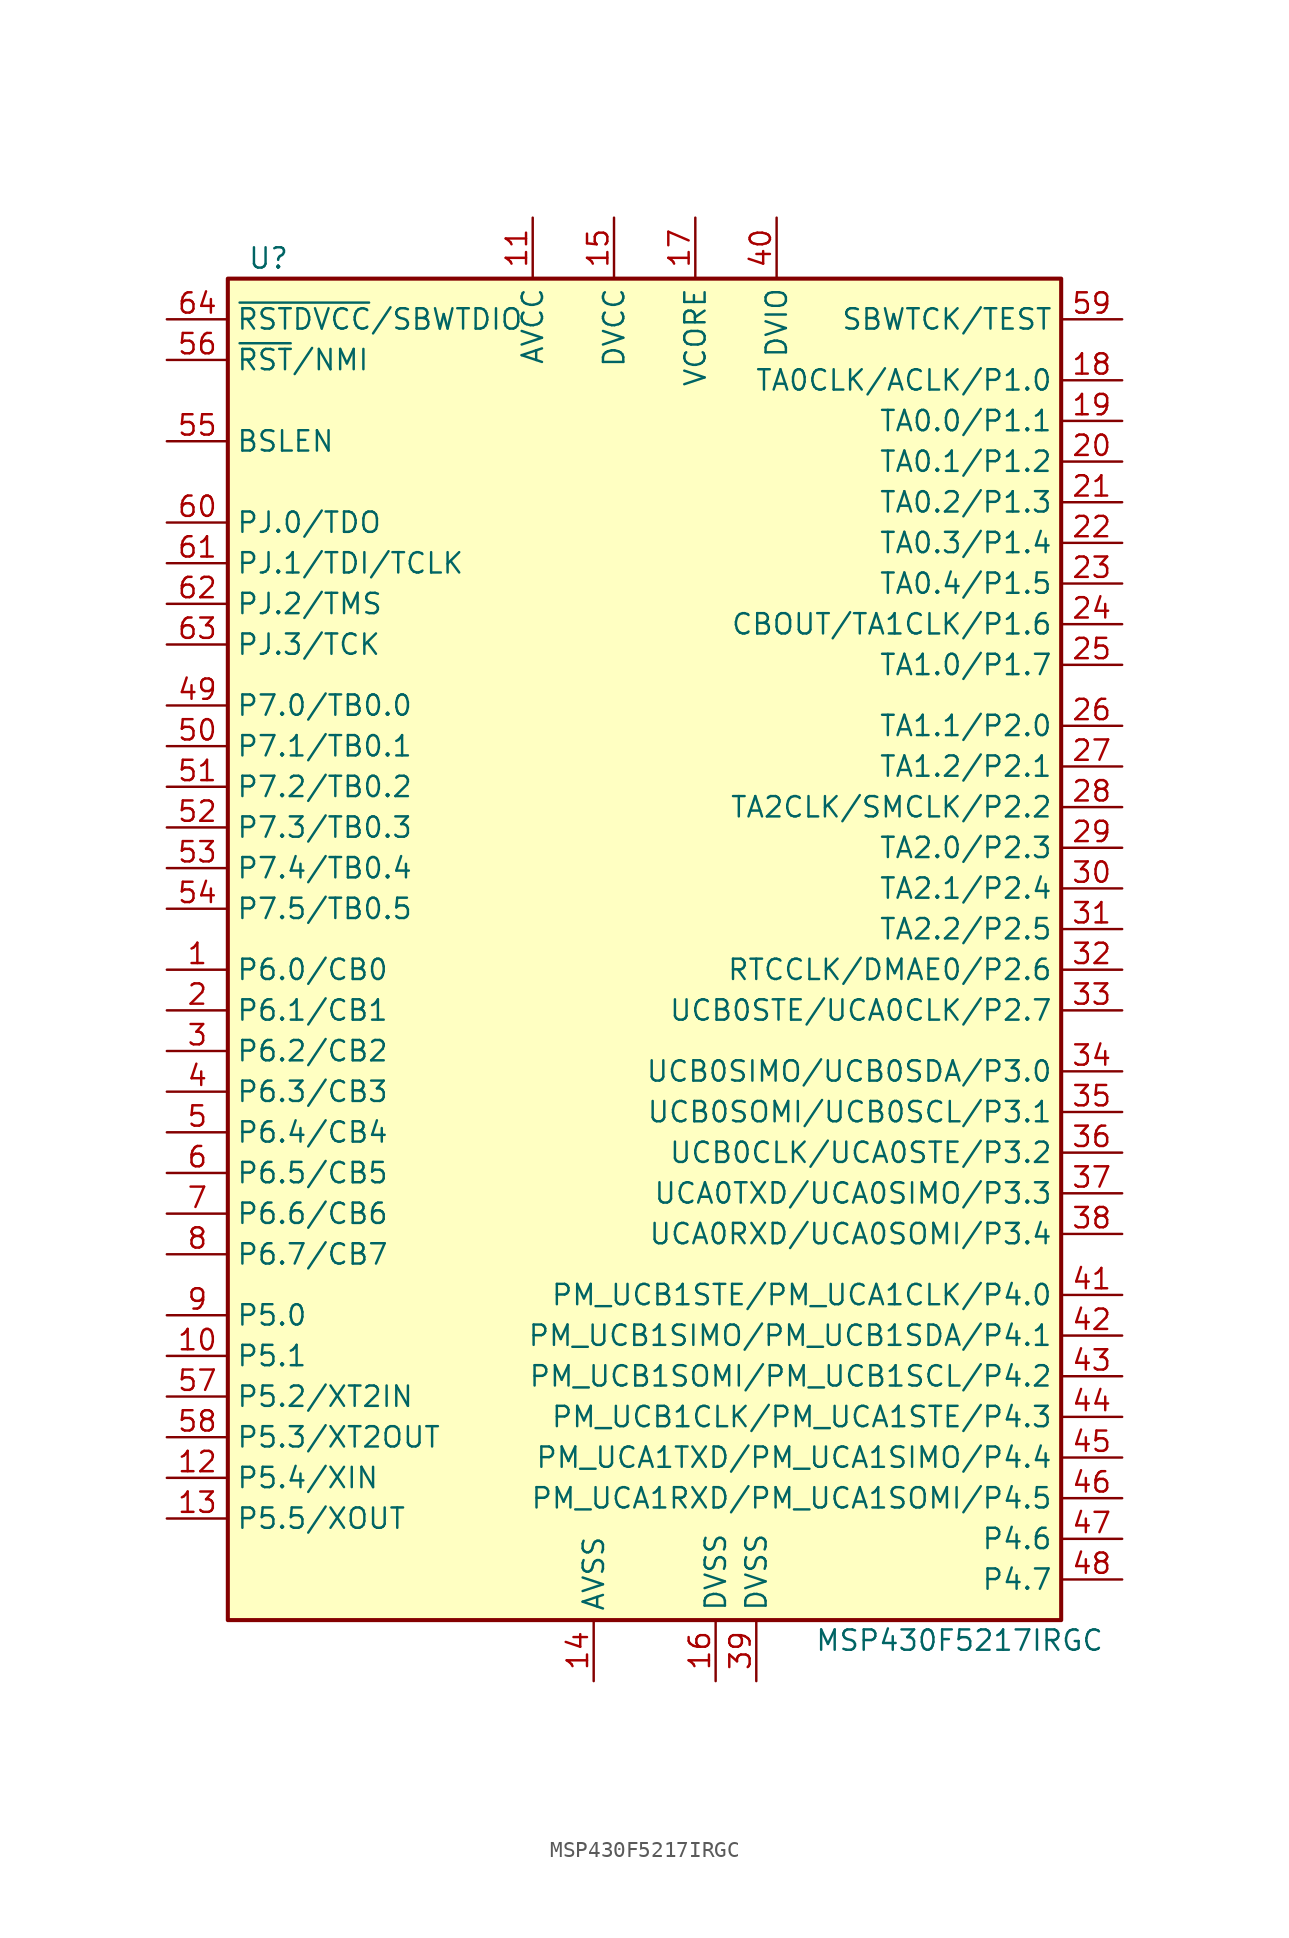
<source format=kicad_sym>
(kicad_symbol_lib
  (version 20231120)
  (generator "kicad_symbol_editor")
  (generator_version "8.0")
  (symbol "MSP430F5217IRGC"
    (property "Reference" "U"
      (at -24.13 43.18 0)
      (effects (font (size 1.27 1.27))))
    (property "Value" "MSP430F5217IRGC"
      (at 19.05 -43.18 0)
      (effects (font (size 1.27 1.27))))
    (symbol "MSP430F5217IRGC_0_1"
      (rectangle (start -26.67 41.91) (end 25.4 -41.91) (stroke (width 0.254) (type default)) (fill (type background))))
    (symbol "MSP430F5217IRGC_1_1"
      (pin bidirectional line (at -30.48 -1.27 0) (length 3.81) (name "P6.0/CB0" (effects (font (size 1.27 1.27)))) (number "1" (effects (font (size 1.27 1.27)))))
      (pin bidirectional line (at -30.48 -25.4 0) (length 3.81) (name "P5.1" (effects (font (size 1.27 1.27)))) (number "10" (effects (font (size 1.27 1.27)))))
      (pin power_in line (at -7.62 45.72 270) (length 3.81) (name "AVCC" (effects (font (size 1.27 1.27)))) (number "11" (effects (font (size 1.27 1.27)))))
      (pin bidirectional line (at -30.48 -33.02 0) (length 3.81) (name "P5.4/XIN" (effects (font (size 1.27 1.27)))) (number "12" (effects (font (size 1.27 1.27)))))
      (pin bidirectional line (at -30.48 -35.56 0) (length 3.81) (name "P5.5/XOUT" (effects (font (size 1.27 1.27)))) (number "13" (effects (font (size 1.27 1.27)))))
      (pin power_in line (at -3.81 -45.72 90) (length 3.81) (name "AVSS" (effects (font (size 1.27 1.27)))) (number "14" (effects (font (size 1.27 1.27)))))
      (pin power_in line (at -2.54 45.72 270) (length 3.81) (name "DVCC" (effects (font (size 1.27 1.27)))) (number "15" (effects (font (size 1.27 1.27)))))
      (pin power_in line (at 3.81 -45.72 90) (length 3.81) (name "DVSS" (effects (font (size 1.27 1.27)))) (number "16" (effects (font (size 1.27 1.27)))))
      (pin power_in line (at 2.54 45.72 270) (length 3.81) (name "VCORE" (effects (font (size 1.27 1.27)))) (number "17" (effects (font (size 1.27 1.27)))))
      (pin bidirectional line (at 29.21 35.56 180) (length 3.81) (name "TA0CLK/ACLK/P1.0" (effects (font (size 1.27 1.27)))) (number "18" (effects (font (size 1.27 1.27)))))
      (pin bidirectional line (at 29.21 33.02 180) (length 3.81) (name "TA0.0/P1.1" (effects (font (size 1.27 1.27)))) (number "19" (effects (font (size 1.27 1.27)))))
      (pin bidirectional line (at -30.48 -3.81 0) (length 3.81) (name "P6.1/CB1" (effects (font (size 1.27 1.27)))) (number "2" (effects (font (size 1.27 1.27)))))
      (pin bidirectional line (at 29.21 30.48 180) (length 3.81) (name "TA0.1/P1.2" (effects (font (size 1.27 1.27)))) (number "20" (effects (font (size 1.27 1.27)))))
      (pin bidirectional line (at 29.21 27.94 180) (length 3.81) (name "TA0.2/P1.3" (effects (font (size 1.27 1.27)))) (number "21" (effects (font (size 1.27 1.27)))))
      (pin bidirectional line (at 29.21 25.4 180) (length 3.81) (name "TA0.3/P1.4" (effects (font (size 1.27 1.27)))) (number "22" (effects (font (size 1.27 1.27)))))
      (pin bidirectional line (at 29.21 22.86 180) (length 3.81) (name "TA0.4/P1.5" (effects (font (size 1.27 1.27)))) (number "23" (effects (font (size 1.27 1.27)))))
      (pin bidirectional line (at 29.21 20.32 180) (length 3.81) (name "CBOUT/TA1CLK/P1.6" (effects (font (size 1.27 1.27)))) (number "24" (effects (font (size 1.27 1.27)))))
      (pin bidirectional line (at 29.21 17.78 180) (length 3.81) (name "TA1.0/P1.7" (effects (font (size 1.27 1.27)))) (number "25" (effects (font (size 1.27 1.27)))))
      (pin bidirectional line (at 29.21 13.97 180) (length 3.81) (name "TA1.1/P2.0" (effects (font (size 1.27 1.27)))) (number "26" (effects (font (size 1.27 1.27)))))
      (pin bidirectional line (at 29.21 11.43 180) (length 3.81) (name "TA1.2/P2.1" (effects (font (size 1.27 1.27)))) (number "27" (effects (font (size 1.27 1.27)))))
      (pin bidirectional line (at 29.21 8.89 180) (length 3.81) (name "TA2CLK/SMCLK/P2.2" (effects (font (size 1.27 1.27)))) (number "28" (effects (font (size 1.27 1.27)))))
      (pin bidirectional line (at 29.21 6.35 180) (length 3.81) (name "TA2.0/P2.3" (effects (font (size 1.27 1.27)))) (number "29" (effects (font (size 1.27 1.27)))))
      (pin bidirectional line (at -30.48 -6.35 0) (length 3.81) (name "P6.2/CB2" (effects (font (size 1.27 1.27)))) (number "3" (effects (font (size 1.27 1.27)))))
      (pin bidirectional line (at 29.21 3.81 180) (length 3.81) (name "TA2.1/P2.4" (effects (font (size 1.27 1.27)))) (number "30" (effects (font (size 1.27 1.27)))))
      (pin bidirectional line (at 29.21 1.27 180) (length 3.81) (name "TA2.2/P2.5" (effects (font (size 1.27 1.27)))) (number "31" (effects (font (size 1.27 1.27)))))
      (pin bidirectional line (at 29.21 -1.27 180) (length 3.81) (name "RTCCLK/DMAE0/P2.6" (effects (font (size 1.27 1.27)))) (number "32" (effects (font (size 1.27 1.27)))))
      (pin bidirectional line (at 29.21 -3.81 180) (length 3.81) (name "UCB0STE/UCA0CLK/P2.7" (effects (font (size 1.27 1.27)))) (number "33" (effects (font (size 1.27 1.27)))))
      (pin bidirectional line (at 29.21 -7.62 180) (length 3.81) (name "UCB0SIMO/UCB0SDA/P3.0" (effects (font (size 1.27 1.27)))) (number "34" (effects (font (size 1.27 1.27)))))
      (pin bidirectional line (at 29.21 -10.16 180) (length 3.81) (name "UCB0SOMI/UCB0SCL/P3.1" (effects (font (size 1.27 1.27)))) (number "35" (effects (font (size 1.27 1.27)))))
      (pin bidirectional line (at 29.21 -12.7 180) (length 3.81) (name "UCB0CLK/UCA0STE/P3.2" (effects (font (size 1.27 1.27)))) (number "36" (effects (font (size 1.27 1.27)))))
      (pin bidirectional line (at 29.21 -15.24 180) (length 3.81) (name "UCA0TXD/UCA0SIMO/P3.3" (effects (font (size 1.27 1.27)))) (number "37" (effects (font (size 1.27 1.27)))))
      (pin bidirectional line (at 29.21 -17.78 180) (length 3.81) (name "UCA0RXD/UCA0SOMI/P3.4" (effects (font (size 1.27 1.27)))) (number "38" (effects (font (size 1.27 1.27)))))
      (pin power_in line (at 6.35 -45.72 90) (length 3.81) (name "DVSS" (effects (font (size 1.27 1.27)))) (number "39" (effects (font (size 1.27 1.27)))))
      (pin bidirectional line (at -30.48 -8.89 0) (length 3.81) (name "P6.3/CB3" (effects (font (size 1.27 1.27)))) (number "4" (effects (font (size 1.27 1.27)))))
      (pin power_in line (at 7.62 45.72 270) (length 3.81) (name "DVIO" (effects (font (size 1.27 1.27)))) (number "40" (effects (font (size 1.27 1.27)))))
      (pin bidirectional line (at 29.21 -21.59 180) (length 3.81) (name "PM_UCB1STE/PM_UCA1CLK/P4.0" (effects (font (size 1.27 1.27)))) (number "41" (effects (font (size 1.27 1.27)))))
      (pin bidirectional line (at 29.21 -24.13 180) (length 3.81) (name "PM_UCB1SIMO/PM_UCB1SDA/P4.1" (effects (font (size 1.27 1.27)))) (number "42" (effects (font (size 1.27 1.27)))))
      (pin bidirectional line (at 29.21 -26.67 180) (length 3.81) (name "PM_UCB1SOMI/PM_UCB1SCL/P4.2" (effects (font (size 1.27 1.27)))) (number "43" (effects (font (size 1.27 1.27)))))
      (pin bidirectional line (at 29.21 -29.21 180) (length 3.81) (name "PM_UCB1CLK/PM_UCA1STE/P4.3" (effects (font (size 1.27 1.27)))) (number "44" (effects (font (size 1.27 1.27)))))
      (pin bidirectional line (at 29.21 -31.75 180) (length 3.81) (name "PM_UCA1TXD/PM_UCA1SIMO/P4.4" (effects (font (size 1.27 1.27)))) (number "45" (effects (font (size 1.27 1.27)))))
      (pin bidirectional line (at 29.21 -34.29 180) (length 3.81) (name "PM_UCA1RXD/PM_UCA1SOMI/P4.5" (effects (font (size 1.27 1.27)))) (number "46" (effects (font (size 1.27 1.27)))))
      (pin bidirectional line (at 29.21 -36.83 180) (length 3.81) (name "P4.6" (effects (font (size 1.27 1.27)))) (number "47" (effects (font (size 1.27 1.27)))))
      (pin bidirectional line (at 29.21 -39.37 180) (length 3.81) (name "P4.7" (effects (font (size 1.27 1.27)))) (number "48" (effects (font (size 1.27 1.27)))))
      (pin bidirectional line (at -30.48 15.24 0) (length 3.81) (name "P7.0/TB0.0" (effects (font (size 1.27 1.27)))) (number "49" (effects (font (size 1.27 1.27)))))
      (pin bidirectional line (at -30.48 -11.43 0) (length 3.81) (name "P6.4/CB4" (effects (font (size 1.27 1.27)))) (number "5" (effects (font (size 1.27 1.27)))))
      (pin bidirectional line (at -30.48 12.7 0) (length 3.81) (name "P7.1/TB0.1" (effects (font (size 1.27 1.27)))) (number "50" (effects (font (size 1.27 1.27)))))
      (pin bidirectional line (at -30.48 10.16 0) (length 3.81) (name "P7.2/TB0.2" (effects (font (size 1.27 1.27)))) (number "51" (effects (font (size 1.27 1.27)))))
      (pin bidirectional line (at -30.48 7.62 0) (length 3.81) (name "P7.3/TB0.3" (effects (font (size 1.27 1.27)))) (number "52" (effects (font (size 1.27 1.27)))))
      (pin bidirectional line (at -30.48 5.08 0) (length 3.81) (name "P7.4/TB0.4" (effects (font (size 1.27 1.27)))) (number "53" (effects (font (size 1.27 1.27)))))
      (pin bidirectional line (at -30.48 2.54 0) (length 3.81) (name "P7.5/TB0.5" (effects (font (size 1.27 1.27)))) (number "54" (effects (font (size 1.27 1.27)))))
      (pin bidirectional line (at -30.48 31.75 0) (length 3.81) (name "BSLEN" (effects (font (size 1.27 1.27)))) (number "55" (effects (font (size 1.27 1.27)))))
      (pin input line (at -30.48 36.83 0) (length 3.81) (name "~{RST}/NMI" (effects (font (size 1.27 1.27)))) (number "56" (effects (font (size 1.27 1.27)))))
      (pin bidirectional line (at -30.48 -27.94 0) (length 3.81) (name "P5.2/XT2IN" (effects (font (size 1.27 1.27)))) (number "57" (effects (font (size 1.27 1.27)))))
      (pin bidirectional line (at -30.48 -30.48 0) (length 3.81) (name "P5.3/XT2OUT" (effects (font (size 1.27 1.27)))) (number "58" (effects (font (size 1.27 1.27)))))
      (pin input line (at 29.21 39.37 180) (length 3.81) (name "SBWTCK/TEST" (effects (font (size 1.27 1.27)))) (number "59" (effects (font (size 1.27 1.27)))))
      (pin bidirectional line (at -30.48 -13.97 0) (length 3.81) (name "P6.5/CB5" (effects (font (size 1.27 1.27)))) (number "6" (effects (font (size 1.27 1.27)))))
      (pin bidirectional line (at -30.48 26.67 0) (length 3.81) (name "PJ.0/TDO" (effects (font (size 1.27 1.27)))) (number "60" (effects (font (size 1.27 1.27)))))
      (pin bidirectional line (at -30.48 24.13 0) (length 3.81) (name "PJ.1/TDI/TCLK" (effects (font (size 1.27 1.27)))) (number "61" (effects (font (size 1.27 1.27)))))
      (pin bidirectional line (at -30.48 21.59 0) (length 3.81) (name "PJ.2/TMS" (effects (font (size 1.27 1.27)))) (number "62" (effects (font (size 1.27 1.27)))))
      (pin bidirectional line (at -30.48 19.05 0) (length 3.81) (name "PJ.3/TCK" (effects (font (size 1.27 1.27)))) (number "63" (effects (font (size 1.27 1.27)))))
      (pin bidirectional line (at -30.48 39.37 0) (length 3.81) (name "~{RSTDVCC}/SBWTDIO" (effects (font (size 1.27 1.27)))) (number "64" (effects (font (size 1.27 1.27)))))
      (pin bidirectional line (at -30.48 -16.51 0) (length 3.81) (name "P6.6/CB6" (effects (font (size 1.27 1.27)))) (number "7" (effects (font (size 1.27 1.27)))))
      (pin bidirectional line (at -30.48 -19.05 0) (length 3.81) (name "P6.7/CB7" (effects (font (size 1.27 1.27)))) (number "8" (effects (font (size 1.27 1.27)))))
      (pin bidirectional line (at -30.48 -22.86 0) (length 3.81) (name "P5.0" (effects (font (size 1.27 1.27)))) (number "9" (effects (font (size 1.27 1.27))))))))
</source>
